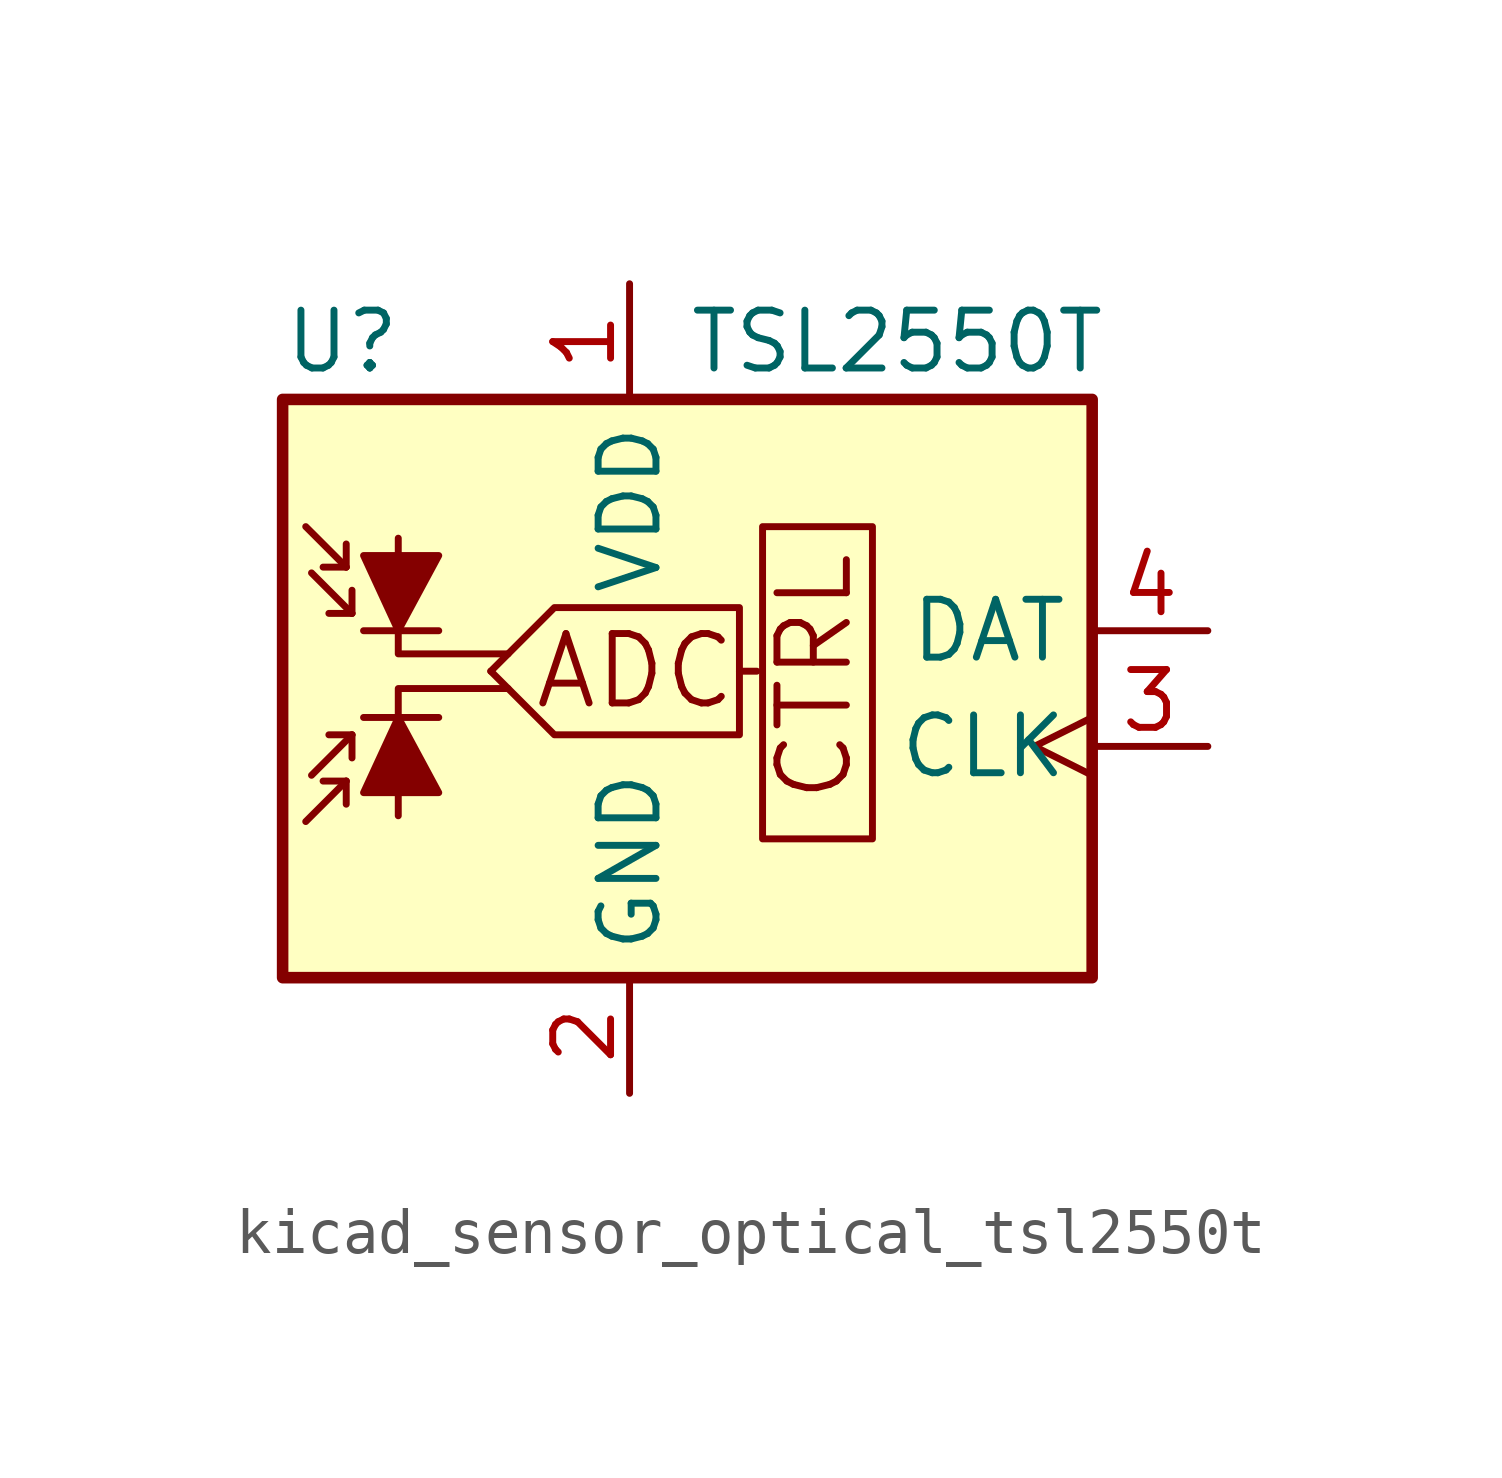
<source format=kicad_sym>
(kicad_symbol_lib
  (version 20220914)
  (generator kicad_symbol_editor)
  (symbol "kicad_sensor_optical_tsl2550t"
    (property "Reference" "U"
      (at -7.62 6.35 0)
      (effects (font (size 1.27 1.27)) (justify left)))
    (property "Value" "TSL2550T"
      (at 1.27 6.35 0)
      (effects (font (size 1.27 1.27)) (justify left)))
    (symbol "kicad_sensor_optical_tsl2550t_0_0"
      (polyline (pts (xy 2.413 -0.889) (xy 2.794 -0.889)) (stroke (width 0) (type default)) (fill (type none)))
      (polyline (pts (xy -5.08 -4.064) (xy -5.08 -1.27) (xy -2.667 -1.27)) (stroke (width 0) (type default)) (fill (type none)))
      (polyline (pts (xy -5.08 2.032) (xy -5.08 -0.508) (xy -2.667 -0.508)) (stroke (width 0) (type default)) (fill (type none)))
      (polyline (pts (xy -3.048 -0.889) (xy -1.651 -2.286) (xy 2.413 -2.286) (xy 2.413 -0.889)) (stroke (width 0) (type default)) (fill (type none)))
      (polyline (pts (xy -3.048 -0.889) (xy -1.651 0.508) (xy 2.413 0.508) (xy 2.413 -0.889)) (stroke (width 0) (type default)) (fill (type none)))
      (rectangle (start 2.921 2.286) (end 5.334 -4.572) (stroke (width 0) (type default)) (fill (type none)))
      (text "ADC" (at 0.127 -0.889 0) (effects (font (size 1.524 1.524))))
      (text "CTRL" (at 4.064 -1.016 900) (effects (font (size 1.524 1.524)))))
    (symbol "kicad_sensor_optical_tsl2550t_0_1"
      (polyline (pts (xy -6.223 -3.302) (xy -7.112 -4.191)) (stroke (width 0) (type default)) (fill (type none)))
      (polyline (pts (xy -6.223 -3.302) (xy -6.731 -3.302)) (stroke (width 0) (type default)) (fill (type none)))
      (polyline (pts (xy -6.223 -3.302) (xy -6.223 -3.81)) (stroke (width 0) (type default)) (fill (type none)))
      (polyline (pts (xy -6.223 1.397) (xy -7.112 2.286)) (stroke (width 0) (type default)) (fill (type none)))
      (polyline (pts (xy -6.223 1.397) (xy -6.731 1.397)) (stroke (width 0) (type default)) (fill (type none)))
      (polyline (pts (xy -6.223 1.397) (xy -6.223 1.905)) (stroke (width 0) (type default)) (fill (type none)))
      (polyline (pts (xy -6.096 -2.286) (xy -6.985 -3.175)) (stroke (width 0) (type default)) (fill (type none)))
      (polyline (pts (xy -6.096 -2.286) (xy -6.604 -2.286)) (stroke (width 0) (type default)) (fill (type none)))
      (polyline (pts (xy -6.096 -2.286) (xy -6.096 -2.794)) (stroke (width 0) (type default)) (fill (type none)))
      (polyline (pts (xy -6.096 0.381) (xy -6.985 1.27)) (stroke (width 0) (type default)) (fill (type none)))
      (polyline (pts (xy -6.096 0.381) (xy -6.604 0.381)) (stroke (width 0) (type default)) (fill (type none)))
      (polyline (pts (xy -6.096 0.381) (xy -6.096 0.889)) (stroke (width 0) (type default)) (fill (type none)))
      (polyline (pts (xy -5.842 -1.905) (xy -4.191 -1.905)) (stroke (width 0) (type default)) (fill (type none)))
      (polyline (pts (xy -5.842 0) (xy -4.191 0)) (stroke (width 0) (type default)) (fill (type none)))
      (polyline (pts (xy -5.842 -3.556) (xy -4.191 -3.556) (xy -5.08 -1.905) (xy -5.842 -3.556)) (stroke (width 0) (type default)) (fill (type outline)))
      (polyline (pts (xy -5.842 1.651) (xy -4.191 1.651) (xy -5.08 0) (xy -5.842 1.651)) (stroke (width 0) (type default)) (fill (type outline)))
      (rectangle (start 10.16 5.08) (end -7.62 -7.62) (stroke (width 0.254) (type default)) (fill (type background))))
    (symbol "kicad_sensor_optical_tsl2550t_1_1"
      (pin power_in line (at 0 7.62 270) (length 2.54) (name "VDD" (effects (font (size 1.27 1.27)))) (number "1" (effects (font (size 1.27 1.27)))))
      (pin power_in line (at 0 -10.16 90) (length 2.54) (name "GND" (effects (font (size 1.27 1.27)))) (number "2" (effects (font (size 1.27 1.27)))))
      (pin input clock (at 12.7 -2.54 180) (length 2.54) (name "CLK" (effects (font (size 1.27 1.27)))) (number "3" (effects (font (size 1.27 1.27)))))
      (pin bidirectional line (at 12.7 0 180) (length 2.54) (name "DAT" (effects (font (size 1.27 1.27)))) (number "4" (effects (font (size 1.27 1.27))))))))
</source>
